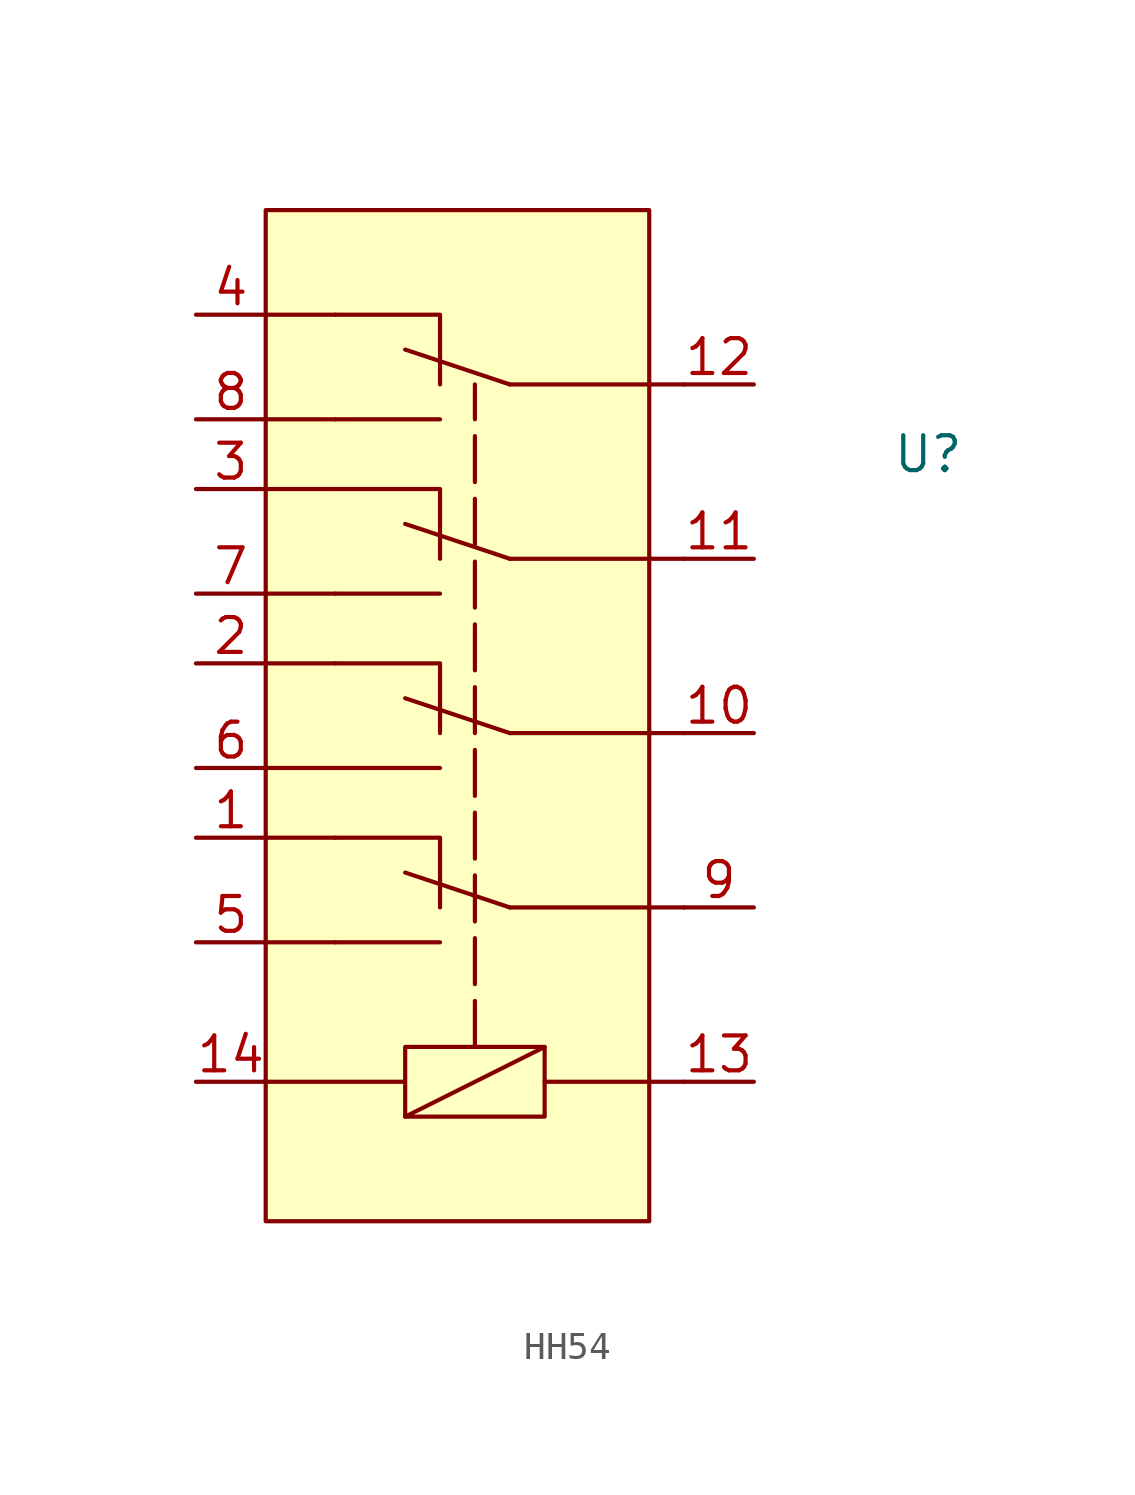
<source format=kicad_sym>
(kicad_symbol_lib
  (version 20220914)
  (generator kicad_symbol_editor)
  (symbol "HH54"
    (property "Reference" "U"
      (at 12.7 5.08 0)
      (effects (font (size 1.27 1.27))))
    (property "Value" ""
      (at 3.81 -3.81 0)
      (effects (font (size 1.27 1.27))))
    (symbol "HH54_0_1"
      (polyline (pts (xy -1.27 -17.78) (xy 2.54 -17.78)) (stroke (width 0) (type default)) (fill (type none)))
      (polyline (pts (xy -11.43 -17.78) (xy -6.35 -17.78) (xy -6.35 -16.51) (xy -1.27 -16.51) (xy -1.27 -19.05) (xy -6.35 -19.05) (xy -6.35 -17.78) (xy -6.35 -16.51)) (stroke (width 0) (type default)) (fill (type none))))
    (symbol "HH54_1_1"
      (rectangle (start -11.43 13.97) (end 2.54 -22.86) (stroke (width 0) (type default)) (fill (type background)))
      (polyline (pts (xy -11.43 -12.7) (xy -8.89 -12.7)) (stroke (width 0) (type default)) (fill (type none)))
      (polyline (pts (xy -11.43 -8.89) (xy -8.89 -8.89)) (stroke (width 0) (type default)) (fill (type none)))
      (polyline (pts (xy -11.43 -6.35) (xy -8.89 -6.35)) (stroke (width 0) (type default)) (fill (type none)))
      (polyline (pts (xy -11.43 -2.54) (xy -8.89 -2.54)) (stroke (width 0) (type default)) (fill (type none)))
      (polyline (pts (xy -11.43 0) (xy -8.89 0)) (stroke (width 0) (type default)) (fill (type none)))
      (polyline (pts (xy -11.43 3.81) (xy -8.89 3.81)) (stroke (width 0) (type default)) (fill (type none)))
      (polyline (pts (xy -11.43 6.35) (xy -8.89 6.35)) (stroke (width 0) (type default)) (fill (type none)))
      (polyline (pts (xy -8.89 10.16) (xy -11.43 10.16)) (stroke (width 0) (type default)) (fill (type none)))
      (polyline (pts (xy -2.54 -11.43) (xy -6.35 -10.16)) (stroke (width 0) (type default)) (fill (type none)))
      (polyline (pts (xy -2.54 -5.08) (xy -6.35 -3.81)) (stroke (width 0) (type default)) (fill (type none)))
      (polyline (pts (xy -2.54 1.27) (xy -6.35 2.54)) (stroke (width 0) (type default)) (fill (type none)))
      (polyline (pts (xy -2.54 7.62) (xy -6.35 8.89)) (stroke (width 0) (type default)) (fill (type none)))
      (polyline (pts (xy -1.27 -16.51) (xy -6.35 -19.05)) (stroke (width 0) (type default)) (fill (type none)))
      (polyline (pts (xy 3.81 -11.43) (xy -2.54 -11.43)) (stroke (width 0) (type default)) (fill (type none)))
      (polyline (pts (xy 3.81 -5.08) (xy -2.54 -5.08)) (stroke (width 0) (type default)) (fill (type none)))
      (polyline (pts (xy 3.81 1.27) (xy -2.54 1.27)) (stroke (width 0) (type default)) (fill (type none)))
      (polyline (pts (xy 3.81 7.62) (xy -2.54 7.62)) (stroke (width 0) (type default)) (fill (type none)))
      (polyline (pts (xy -3.81 -16.51) (xy -3.81 7.62) (xy -3.81 7.62)) (stroke (width 0) (type dash)) (fill (type none)))
      (polyline (pts (xy 2.54 -17.78) (xy 3.81 -17.78) (xy 2.54 -17.78)) (stroke (width 0) (type default)) (fill (type none)))
      (polyline (pts (xy -5.08 -12.7) (xy -6.35 -12.7) (xy -6.35 -12.7) (xy -8.89 -12.7)) (stroke (width 0) (type default)) (fill (type none)))
      (polyline (pts (xy -5.08 -6.35) (xy -6.35 -6.35) (xy -6.35 -6.35) (xy -8.89 -6.35)) (stroke (width 0) (type default)) (fill (type none)))
      (polyline (pts (xy -5.08 0) (xy -6.35 0) (xy -6.35 0) (xy -8.89 0)) (stroke (width 0) (type default)) (fill (type none)))
      (polyline (pts (xy -5.08 6.35) (xy -6.35 6.35) (xy -6.35 6.35) (xy -8.89 6.35)) (stroke (width 0) (type default)) (fill (type none)))
      (polyline (pts (xy -8.89 -8.89) (xy -7.62 -8.89) (xy -7.62 -8.89) (xy -5.08 -8.89) (xy -5.08 -11.43)) (stroke (width 0) (type default)) (fill (type none)))
      (polyline (pts (xy -8.89 -2.54) (xy -7.62 -2.54) (xy -7.62 -2.54) (xy -5.08 -2.54) (xy -5.08 -5.08)) (stroke (width 0) (type default)) (fill (type none)))
      (polyline (pts (xy -8.89 3.81) (xy -7.62 3.81) (xy -7.62 3.81) (xy -5.08 3.81) (xy -5.08 1.27)) (stroke (width 0) (type default)) (fill (type none)))
      (polyline (pts (xy -8.89 10.16) (xy -7.62 10.16) (xy -7.62 10.16) (xy -5.08 10.16) (xy -5.08 7.62)) (stroke (width 0) (type default)) (fill (type none)))
      (pin input line (at -13.97 -8.89 0) (length 2.54) (name "" (effects (font (size 1.27 1.27)))) (number "1" (effects (font (size 1.27 1.27)))))
      (pin input line (at 6.35 -5.08 180) (length 2.54) (name "" (effects (font (size 1.27 1.27)))) (number "10" (effects (font (size 1.27 1.27)))))
      (pin input line (at 6.35 1.27 180) (length 2.54) (name "" (effects (font (size 1.27 1.27)))) (number "11" (effects (font (size 1.27 1.27)))))
      (pin input line (at 6.35 7.62 180) (length 2.54) (name "" (effects (font (size 1.27 1.27)))) (number "12" (effects (font (size 1.27 1.27)))))
      (pin input line (at 6.35 -17.78 180) (length 2.54) (name "" (effects (font (size 1.27 1.27)))) (number "13" (effects (font (size 1.27 1.27)))))
      (pin input line (at -13.97 -17.78 0) (length 2.54) (name "" (effects (font (size 1.27 1.27)))) (number "14" (effects (font (size 1.27 1.27)))))
      (pin input line (at -13.97 -2.54 0) (length 2.54) (name "" (effects (font (size 1.27 1.27)))) (number "2" (effects (font (size 1.27 1.27)))))
      (pin input line (at -13.97 3.81 0) (length 2.54) (name "" (effects (font (size 1.27 1.27)))) (number "3" (effects (font (size 1.27 1.27)))))
      (pin input line (at -13.97 10.16 0) (length 2.54) (name "" (effects (font (size 1.27 1.27)))) (number "4" (effects (font (size 1.27 1.27)))))
      (pin input line (at -13.97 -12.7 0) (length 2.54) (name "" (effects (font (size 1.27 1.27)))) (number "5" (effects (font (size 1.27 1.27)))))
      (pin input line (at -13.97 -6.35 0) (length 2.54) (name "" (effects (font (size 1.27 1.27)))) (number "6" (effects (font (size 1.27 1.27)))))
      (pin input line (at -13.97 0 0) (length 2.54) (name "" (effects (font (size 1.27 1.27)))) (number "7" (effects (font (size 1.27 1.27)))))
      (pin input line (at -13.97 6.35 0) (length 2.54) (name "" (effects (font (size 1.27 1.27)))) (number "8" (effects (font (size 1.27 1.27)))))
      (pin input line (at 6.35 -11.43 180) (length 2.54) (name "" (effects (font (size 1.27 1.27)))) (number "9" (effects (font (size 1.27 1.27))))))))
</source>
